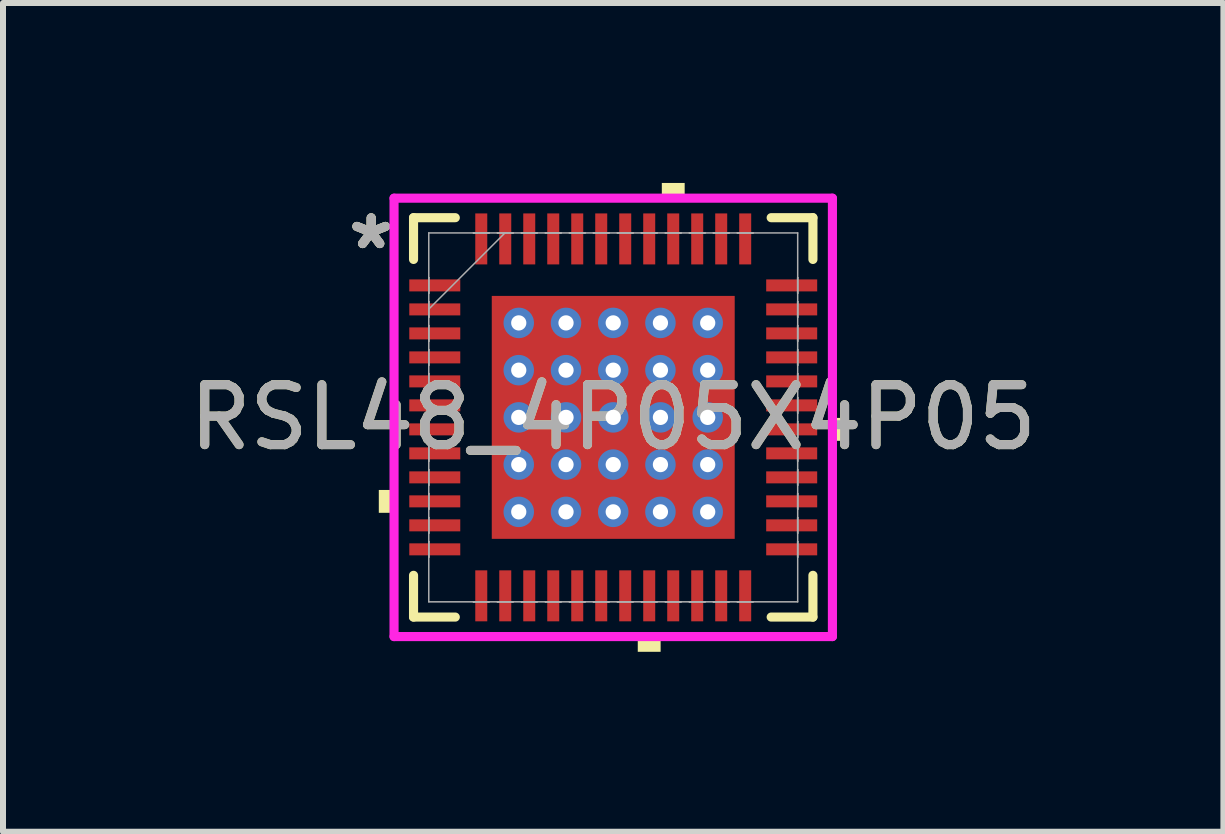
<source format=kicad_pcb>
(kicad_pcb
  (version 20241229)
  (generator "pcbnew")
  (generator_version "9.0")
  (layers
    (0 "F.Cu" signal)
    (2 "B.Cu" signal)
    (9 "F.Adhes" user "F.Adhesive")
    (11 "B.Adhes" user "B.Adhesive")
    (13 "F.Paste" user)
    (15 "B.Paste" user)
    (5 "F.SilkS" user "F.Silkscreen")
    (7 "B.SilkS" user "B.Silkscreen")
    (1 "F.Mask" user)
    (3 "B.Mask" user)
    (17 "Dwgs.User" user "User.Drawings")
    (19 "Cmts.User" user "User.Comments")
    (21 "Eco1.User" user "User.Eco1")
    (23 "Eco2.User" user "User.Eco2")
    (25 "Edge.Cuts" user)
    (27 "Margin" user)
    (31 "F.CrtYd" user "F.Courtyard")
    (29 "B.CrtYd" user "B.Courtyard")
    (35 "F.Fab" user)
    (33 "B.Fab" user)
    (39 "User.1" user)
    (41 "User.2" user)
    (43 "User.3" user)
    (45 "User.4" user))
  (footprint "RSL48_4P05X4P05"
    (layer "F.Cu")
    (at 7.173 3.908)
    (property "Reference" "RSL48_4P05X4P05" (at 0 0 0) (unlocked yes) (layer "F.SilkS") (effects (font (size 1 1) (thickness 0.15))))
    (attr smd)
    (fp_poly (pts (xy -3.45 -2.35) (xy -3.45 -2.05) (xy -2.5 -2.05) (xy -2.5 -2.35)) (stroke (width 0) (type solid)) (fill yes) (layer "F.Mask"))
    (fp_poly (pts (xy -3.45 -1.95) (xy -3.45 -1.65) (xy -2.5 -1.65) (xy -2.5 -1.95)) (stroke (width 0) (type solid)) (fill yes) (layer "F.Mask"))
    (fp_poly (pts (xy -3.45 -1.55) (xy -3.45 -1.25) (xy -2.5 -1.25) (xy -2.5 -1.55)) (stroke (width 0) (type solid)) (fill yes) (layer "F.Mask"))
    (fp_poly (pts (xy -3.45 -1.15) (xy -3.45 -0.85) (xy -2.5 -0.85) (xy -2.5 -1.15)) (stroke (width 0) (type solid)) (fill yes) (layer "F.Mask"))
    (fp_poly (pts (xy -3.45 -0.75) (xy -3.45 -0.45) (xy -2.5 -0.45) (xy -2.5 -0.75)) (stroke (width 0) (type solid)) (fill yes) (layer "F.Mask"))
    (fp_poly (pts (xy -3.45 -0.35) (xy -3.45 -0.05) (xy -2.5 -0.05) (xy -2.5 -0.35)) (stroke (width 0) (type solid)) (fill yes) (layer "F.Mask"))
    (fp_poly (pts (xy -3.45 0.05) (xy -3.45 0.35) (xy -2.5 0.35) (xy -2.5 0.05)) (stroke (width 0) (type solid)) (fill yes) (layer "F.Mask"))
    (fp_poly (pts (xy -3.45 0.45) (xy -3.45 0.75) (xy -2.5 0.75) (xy -2.5 0.45)) (stroke (width 0) (type solid)) (fill yes) (layer "F.Mask"))
    (fp_poly (pts (xy -3.45 0.85) (xy -3.45 1.15) (xy -2.5 1.15) (xy -2.5 0.85)) (stroke (width 0) (type solid)) (fill yes) (layer "F.Mask"))
    (fp_poly (pts (xy -3.45 1.25) (xy -3.45 1.55) (xy -2.5 1.55) (xy -2.5 1.25)) (stroke (width 0) (type solid)) (fill yes) (layer "F.Mask"))
    (fp_poly (pts (xy -3.45 1.65) (xy -3.45 1.95) (xy -2.5 1.95) (xy -2.5 1.65)) (stroke (width 0) (type solid)) (fill yes) (layer "F.Mask"))
    (fp_poly (pts (xy -3.45 2.05) (xy -3.45 2.35) (xy -2.5 2.35) (xy -2.5 2.05)) (stroke (width 0) (type solid)) (fill yes) (layer "F.Mask"))
    (fp_poly (pts (xy -2.35 -3.45) (xy -2.35 -2.5) (xy -2.05 -2.5) (xy -2.05 -3.45)) (stroke (width 0) (type solid)) (fill yes) (layer "F.Mask"))
    (fp_poly (pts (xy -2.35 2.5) (xy -2.35 3.45) (xy -2.05 3.45) (xy -2.05 2.5)) (stroke (width 0) (type solid)) (fill yes) (layer "F.Mask"))
    (fp_poly (pts (xy -2.088 -2.088) (xy -1.775 -2.088) (xy -1.775 2.088) (xy -2.088 2.088)) (stroke (width 0) (type solid)) (fill yes) (layer "F.Mask"))
    (fp_poly (pts (xy -2.088 -2.088) (xy 2.088 -2.088) (xy 2.088 -1.775) (xy -2.088 -1.775)) (stroke (width 0) (type solid)) (fill yes) (layer "F.Mask"))
    (fp_poly (pts (xy -2.088 -1.375) (xy 2.088 -1.375) (xy 2.088 -0.987) (xy -2.088 -0.987)) (stroke (width 0) (type solid)) (fill yes) (layer "F.Mask"))
    (fp_poly (pts (xy -2.088 -0.587) (xy 2.088 -0.587) (xy 2.088 -0.2) (xy -2.088 -0.2)) (stroke (width 0) (type solid)) (fill yes) (layer "F.Mask"))
    (fp_poly (pts (xy -2.088 0.2) (xy 2.088 0.2) (xy 2.088 0.587) (xy -2.088 0.587)) (stroke (width 0) (type solid)) (fill yes) (layer "F.Mask"))
    (fp_poly (pts (xy -2.088 0.987) (xy 2.088 0.987) (xy 2.088 1.375) (xy -2.088 1.375)) (stroke (width 0) (type solid)) (fill yes) (layer "F.Mask"))
    (fp_poly (pts (xy -2.088 1.775) (xy 2.088 1.775) (xy 2.088 2.088) (xy -2.088 2.088)) (stroke (width 0) (type solid)) (fill yes) (layer "F.Mask"))
    (fp_poly (pts (xy -1.95 -3.45) (xy -1.95 -2.5) (xy -1.65 -2.5) (xy -1.65 -3.45)) (stroke (width 0) (type solid)) (fill yes) (layer "F.Mask"))
    (fp_poly (pts (xy -1.95 2.5) (xy -1.95 3.45) (xy -1.65 3.45) (xy -1.65 2.5)) (stroke (width 0) (type solid)) (fill yes) (layer "F.Mask"))
    (fp_poly (pts (xy -1.55 -3.45) (xy -1.55 -2.5) (xy -1.25 -2.5) (xy -1.25 -3.45)) (stroke (width 0) (type solid)) (fill yes) (layer "F.Mask"))
    (fp_poly (pts (xy -1.55 2.5) (xy -1.55 3.45) (xy -1.25 3.45) (xy -1.25 2.5)) (stroke (width 0) (type solid)) (fill yes) (layer "F.Mask"))
    (fp_poly (pts (xy -1.15 -3.45) (xy -1.15 -2.5) (xy -0.85 -2.5) (xy -0.85 -3.45)) (stroke (width 0) (type solid)) (fill yes) (layer "F.Mask"))
    (fp_poly (pts (xy -1.15 2.5) (xy -1.15 3.45) (xy -0.85 3.45) (xy -0.85 2.5)) (stroke (width 0) (type solid)) (fill yes) (layer "F.Mask"))
    (fp_poly (pts (xy -0.987 -2.088) (xy -1.375 -2.088) (xy -1.375 2.088) (xy -0.987 2.088)) (stroke (width 0) (type solid)) (fill yes) (layer "F.Mask"))
    (fp_poly (pts (xy -0.75 2.5) (xy -0.75 3.45) (xy -0.45 3.45) (xy -0.45 2.5)) (stroke (width 0) (type solid)) (fill yes) (layer "F.Mask"))
    (fp_poly (pts (xy -0.75 -3.45) (xy -0.75 -2.5) (xy -0.45 -2.5) (xy -0.45 -3.45)) (stroke (width 0) (type solid)) (fill yes) (layer "F.Mask"))
    (fp_poly (pts (xy -0.35 -3.45) (xy -0.35 -2.5) (xy -0.05 -2.5) (xy -0.05 -3.45)) (stroke (width 0) (type solid)) (fill yes) (layer "F.Mask"))
    (fp_poly (pts (xy -0.35 2.5) (xy -0.35 3.45) (xy -0.05 3.45) (xy -0.05 2.5)) (stroke (width 0) (type solid)) (fill yes) (layer "F.Mask"))
    (fp_poly (pts (xy -0.2 -2.088) (xy -0.587 -2.088) (xy -0.587 2.088) (xy -0.2 2.088)) (stroke (width 0) (type solid)) (fill yes) (layer "F.Mask"))
    (fp_poly (pts (xy 0.05 -3.45) (xy 0.05 -2.5) (xy 0.35 -2.5) (xy 0.35 -3.45)) (stroke (width 0) (type solid)) (fill yes) (layer "F.Mask"))
    (fp_poly (pts (xy 0.05 2.5) (xy 0.05 3.45) (xy 0.35 3.45) (xy 0.35 2.5)) (stroke (width 0) (type solid)) (fill yes) (layer "F.Mask"))
    (fp_poly (pts (xy 0.45 -3.45) (xy 0.45 -2.5) (xy 0.75 -2.5) (xy 0.75 -3.45)) (stroke (width 0) (type solid)) (fill yes) (layer "F.Mask"))
    (fp_poly (pts (xy 0.45 2.5) (xy 0.45 3.45) (xy 0.75 3.45) (xy 0.75 2.5)) (stroke (width 0) (type solid)) (fill yes) (layer "F.Mask"))
    (fp_poly (pts (xy 0.587 -2.088) (xy 0.2 -2.088) (xy 0.2 2.088) (xy 0.587 2.088)) (stroke (width 0) (type solid)) (fill yes) (layer "F.Mask"))
    (fp_poly (pts (xy 0.85 -3.45) (xy 0.85 -2.5) (xy 1.15 -2.5) (xy 1.15 -3.45)) (stroke (width 0) (type solid)) (fill yes) (layer "F.Mask"))
    (fp_poly (pts (xy 0.85 2.5) (xy 0.85 3.45) (xy 1.15 3.45) (xy 1.15 2.5)) (stroke (width 0) (type solid)) (fill yes) (layer "F.Mask"))
    (fp_poly (pts (xy 1.25 -3.45) (xy 1.25 -2.5) (xy 1.55 -2.5) (xy 1.55 -3.45)) (stroke (width 0) (type solid)) (fill yes) (layer "F.Mask"))
    (fp_poly (pts (xy 1.25 2.5) (xy 1.25 3.45) (xy 1.55 3.45) (xy 1.55 2.5)) (stroke (width 0) (type solid)) (fill yes) (layer "F.Mask"))
    (fp_poly (pts (xy 1.375 -2.088) (xy 0.987 -2.088) (xy 0.987 2.088) (xy 1.375 2.088)) (stroke (width 0) (type solid)) (fill yes) (layer "F.Mask"))
    (fp_poly (pts (xy 1.65 -3.45) (xy 1.65 -2.5) (xy 1.95 -2.5) (xy 1.95 -3.45)) (stroke (width 0) (type solid)) (fill yes) (layer "F.Mask"))
    (fp_poly (pts (xy 1.65 2.5) (xy 1.65 3.45) (xy 1.95 3.45) (xy 1.95 2.5)) (stroke (width 0) (type solid)) (fill yes) (layer "F.Mask"))
    (fp_poly (pts (xy 1.775 -2.088) (xy 2.088 -2.088) (xy 2.088 2.088) (xy 1.775 2.088)) (stroke (width 0) (type solid)) (fill yes) (layer "F.Mask"))
    (fp_poly (pts (xy 2.05 -3.45) (xy 2.05 -2.5) (xy 2.35 -2.5) (xy 2.35 -3.45)) (stroke (width 0) (type solid)) (fill yes) (layer "F.Mask"))
    (fp_poly (pts (xy 2.05 2.5) (xy 2.05 3.45) (xy 2.35 3.45) (xy 2.35 2.5)) (stroke (width 0) (type solid)) (fill yes) (layer "F.Mask"))
    (fp_poly (pts (xy 2.5 -2.35) (xy 2.5 -2.05) (xy 3.45 -2.05) (xy 3.45 -2.35)) (stroke (width 0) (type solid)) (fill yes) (layer "F.Mask"))
    (fp_poly (pts (xy 2.5 -1.95) (xy 2.5 -1.65) (xy 3.45 -1.65) (xy 3.45 -1.95)) (stroke (width 0) (type solid)) (fill yes) (layer "F.Mask"))
    (fp_poly (pts (xy 2.5 -1.55) (xy 2.5 -1.25) (xy 3.45 -1.25) (xy 3.45 -1.55)) (stroke (width 0) (type solid)) (fill yes) (layer "F.Mask"))
    (fp_poly (pts (xy 2.5 -1.15) (xy 2.5 -0.85) (xy 3.45 -0.85) (xy 3.45 -1.15)) (stroke (width 0) (type solid)) (fill yes) (layer "F.Mask"))
    (fp_poly (pts (xy 2.5 -0.75) (xy 2.5 -0.45) (xy 3.45 -0.45) (xy 3.45 -0.75)) (stroke (width 0) (type solid)) (fill yes) (layer "F.Mask"))
    (fp_poly (pts (xy 2.5 -0.35) (xy 2.5 -0.05) (xy 3.45 -0.05) (xy 3.45 -0.35)) (stroke (width 0) (type solid)) (fill yes) (layer "F.Mask"))
    (fp_poly (pts (xy 2.5 0.05) (xy 2.5 0.35) (xy 3.45 0.35) (xy 3.45 0.05)) (stroke (width 0) (type solid)) (fill yes) (layer "F.Mask"))
    (fp_poly (pts (xy 2.5 0.45) (xy 2.5 0.75) (xy 3.45 0.75) (xy 3.45 0.45)) (stroke (width 0) (type solid)) (fill yes) (layer "F.Mask"))
    (fp_poly (pts (xy 2.5 0.85) (xy 2.5 1.15) (xy 3.45 1.15) (xy 3.45 0.85)) (stroke (width 0) (type solid)) (fill yes) (layer "F.Mask"))
    (fp_poly (pts (xy 2.5 1.25) (xy 2.5 1.55) (xy 3.45 1.55) (xy 3.45 1.25)) (stroke (width 0) (type solid)) (fill yes) (layer "F.Mask"))
    (fp_poly (pts (xy 2.5 1.65) (xy 2.5 1.95) (xy 3.45 1.95) (xy 3.45 1.65)) (stroke (width 0) (type solid)) (fill yes) (layer "F.Mask"))
    (fp_poly (pts (xy 2.5 2.05) (xy 2.5 2.35) (xy 3.45 2.35) (xy 3.45 2.05)) (stroke (width 0) (type solid)) (fill yes) (layer "F.Mask"))
    (fp_line (start -3.329 -3.329) (end -3.329 -2.633) (stroke (width 0.152) (type solid)) (layer "F.SilkS"))
    (fp_line (start -3.329 2.633) (end -3.329 3.329) (stroke (width 0.152) (type solid)) (layer "F.SilkS"))
    (fp_line (start -3.329 3.329) (end -2.633 3.329) (stroke (width 0.152) (type solid)) (layer "F.SilkS"))
    (fp_line (start -2.633 -3.329) (end -3.329 -3.329) (stroke (width 0.152) (type solid)) (layer "F.SilkS"))
    (fp_line (start 2.633 3.329) (end 3.329 3.329) (stroke (width 0.152) (type solid)) (layer "F.SilkS"))
    (fp_line (start 3.329 -3.329) (end 2.633 -3.329) (stroke (width 0.152) (type solid)) (layer "F.SilkS"))
    (fp_line (start 3.329 -2.633) (end 3.329 -3.329) (stroke (width 0.152) (type solid)) (layer "F.SilkS"))
    (fp_line (start 3.329 3.329) (end 3.329 2.633) (stroke (width 0.152) (type solid)) (layer "F.SilkS"))
    (fp_poly (pts (xy -3.908 1.21) (xy -3.908 1.591) (xy -3.654 1.591) (xy -3.654 1.21)) (stroke (width 0) (type solid)) (fill yes) (layer "F.SilkS"))
    (fp_poly (pts (xy 0.409 3.654) (xy 0.409 3.908) (xy 0.79 3.908) (xy 0.79 3.654)) (stroke (width 0) (type solid)) (fill yes) (layer "F.SilkS"))
    (fp_poly (pts (xy 0.81 -3.654) (xy 0.81 -3.908) (xy 1.191 -3.908) (xy 1.191 -3.654)) (stroke (width 0) (type solid)) (fill yes) (layer "F.SilkS"))
    (fp_poly (pts (xy 3.908 0.009) (xy 3.908 0.391) (xy 3.654 0.391) (xy 3.654 0.009)) (stroke (width 0) (type solid)) (fill yes) (layer "F.SilkS"))
    (fp_poly (pts (xy -3.375 -2.275) (xy -3.375 -2.125) (xy -2.575 -2.125) (xy -2.575 -2.275)) (stroke (width 0) (type solid)) (fill yes) (layer "F.Paste"))
    (fp_poly (pts (xy -3.375 -1.875) (xy -3.375 -1.725) (xy -2.575 -1.725) (xy -2.575 -1.875)) (stroke (width 0) (type solid)) (fill yes) (layer "F.Paste"))
    (fp_poly (pts (xy -3.375 -1.475) (xy -3.375 -1.325) (xy -2.575 -1.325) (xy -2.575 -1.475)) (stroke (width 0) (type solid)) (fill yes) (layer "F.Paste"))
    (fp_poly (pts (xy -3.375 -1.075) (xy -3.375 -0.925) (xy -2.575 -0.925) (xy -2.575 -1.075)) (stroke (width 0) (type solid)) (fill yes) (layer "F.Paste"))
    (fp_poly (pts (xy -3.375 -0.675) (xy -3.375 -0.525) (xy -2.575 -0.525) (xy -2.575 -0.675)) (stroke (width 0) (type solid)) (fill yes) (layer "F.Paste"))
    (fp_poly (pts (xy -3.375 -0.275) (xy -3.375 -0.125) (xy -2.575 -0.125) (xy -2.575 -0.275)) (stroke (width 0) (type solid)) (fill yes) (layer "F.Paste"))
    (fp_poly (pts (xy -3.375 0.125) (xy -3.375 0.275) (xy -2.575 0.275) (xy -2.575 0.125)) (stroke (width 0) (type solid)) (fill yes) (layer "F.Paste"))
    (fp_poly (pts (xy -3.375 0.525) (xy -3.375 0.675) (xy -2.575 0.675) (xy -2.575 0.525)) (stroke (width 0) (type solid)) (fill yes) (layer "F.Paste"))
    (fp_poly (pts (xy -3.375 0.925) (xy -3.375 1.075) (xy -2.575 1.075) (xy -2.575 0.925)) (stroke (width 0) (type solid)) (fill yes) (layer "F.Paste"))
    (fp_poly (pts (xy -3.375 1.325) (xy -3.375 1.475) (xy -2.575 1.475) (xy -2.575 1.325)) (stroke (width 0) (type solid)) (fill yes) (layer "F.Paste"))
    (fp_poly (pts (xy -3.375 1.725) (xy -3.375 1.875) (xy -2.575 1.875) (xy -2.575 1.725)) (stroke (width 0) (type solid)) (fill yes) (layer "F.Paste"))
    (fp_poly (pts (xy -3.375 2.125) (xy -3.375 2.275) (xy -2.575 2.275) (xy -2.575 2.125)) (stroke (width 0) (type solid)) (fill yes) (layer "F.Paste"))
    (fp_poly (pts (xy -2.275 -3.375) (xy -2.275 -2.575) (xy -2.125 -2.575) (xy -2.125 -3.375)) (stroke (width 0) (type solid)) (fill yes) (layer "F.Paste"))
    (fp_poly (pts (xy -2.275 2.575) (xy -2.275 3.375) (xy -2.125 3.375) (xy -2.125 2.575)) (stroke (width 0) (type solid)) (fill yes) (layer "F.Paste"))
    (fp_poly (pts (xy -1.875 -3.375) (xy -1.875 -2.575) (xy -1.725 -2.575) (xy -1.725 -3.375)) (stroke (width 0) (type solid)) (fill yes) (layer "F.Paste"))
    (fp_poly (pts (xy -1.875 2.575) (xy -1.875 3.375) (xy -1.725 3.375) (xy -1.725 2.575)) (stroke (width 0) (type solid)) (fill yes) (layer "F.Paste"))
    (fp_poly (pts (xy -1.475 -3.375) (xy -1.475 -2.575) (xy -1.325 -2.575) (xy -1.325 -3.375)) (stroke (width 0) (type solid)) (fill yes) (layer "F.Paste"))
    (fp_poly (pts (xy -1.475 2.575) (xy -1.475 3.375) (xy -1.325 3.375) (xy -1.325 2.575)) (stroke (width 0) (type solid)) (fill yes) (layer "F.Paste"))
    (fp_poly (pts (xy -1.075 -3.375) (xy -1.075 -2.575) (xy -0.925 -2.575) (xy -0.925 -3.375)) (stroke (width 0) (type solid)) (fill yes) (layer "F.Paste"))
    (fp_poly (pts (xy -1.075 2.575) (xy -1.075 3.375) (xy -0.925 3.375) (xy -0.925 2.575)) (stroke (width 0) (type solid)) (fill yes) (layer "F.Paste"))
    (fp_poly (pts (xy -0.675 -3.375) (xy -0.675 -2.575) (xy -0.525 -2.575) (xy -0.525 -3.375)) (stroke (width 0) (type solid)) (fill yes) (layer "F.Paste"))
    (fp_poly (pts (xy -0.675 2.575) (xy -0.675 3.375) (xy -0.525 3.375) (xy -0.525 2.575)) (stroke (width 0) (type solid)) (fill yes) (layer "F.Paste"))
    (fp_poly (pts (xy -0.275 -3.375) (xy -0.275 -2.575) (xy -0.125 -2.575) (xy -0.125 -3.375)) (stroke (width 0) (type solid)) (fill yes) (layer "F.Paste"))
    (fp_poly (pts (xy -0.275 2.575) (xy -0.275 3.375) (xy -0.125 3.375) (xy -0.125 2.575)) (stroke (width 0) (type solid)) (fill yes) (layer "F.Paste"))
    (fp_poly (pts (xy 0.125 -3.375) (xy 0.125 -2.575) (xy 0.275 -2.575) (xy 0.275 -3.375)) (stroke (width 0) (type solid)) (fill yes) (layer "F.Paste"))
    (fp_poly (pts (xy 0.125 2.575) (xy 0.125 3.375) (xy 0.275 3.375) (xy 0.275 2.575)) (stroke (width 0) (type solid)) (fill yes) (layer "F.Paste"))
    (fp_poly (pts (xy 0.525 -3.375) (xy 0.525 -2.575) (xy 0.675 -2.575) (xy 0.675 -3.375)) (stroke (width 0) (type solid)) (fill yes) (layer "F.Paste"))
    (fp_poly (pts (xy 0.525 2.575) (xy 0.525 3.375) (xy 0.675 3.375) (xy 0.675 2.575)) (stroke (width 0) (type solid)) (fill yes) (layer "F.Paste"))
    (fp_poly (pts (xy 0.925 -3.375) (xy 0.925 -2.575) (xy 1.075 -2.575) (xy 1.075 -3.375)) (stroke (width 0) (type solid)) (fill yes) (layer "F.Paste"))
    (fp_poly (pts (xy 0.925 2.575) (xy 0.925 3.375) (xy 1.075 3.375) (xy 1.075 2.575)) (stroke (width 0) (type solid)) (fill yes) (layer "F.Paste"))
    (fp_poly (pts (xy 1.325 2.575) (xy 1.325 3.375) (xy 1.475 3.375) (xy 1.475 2.575)) (stroke (width 0) (type solid)) (fill yes) (layer "F.Paste"))
    (fp_poly (pts (xy 1.325 -3.375) (xy 1.325 -2.575) (xy 1.475 -2.575) (xy 1.475 -3.375)) (stroke (width 0) (type solid)) (fill yes) (layer "F.Paste"))
    (fp_poly (pts (xy 1.725 -3.375) (xy 1.725 -2.575) (xy 1.875 -2.575) (xy 1.875 -3.375)) (stroke (width 0) (type solid)) (fill yes) (layer "F.Paste"))
    (fp_poly (pts (xy 1.725 2.575) (xy 1.725 3.375) (xy 1.875 3.375) (xy 1.875 2.575)) (stroke (width 0) (type solid)) (fill yes) (layer "F.Paste"))
    (fp_poly (pts (xy 2.125 -3.375) (xy 2.125 -2.575) (xy 2.275 -2.575) (xy 2.275 -3.375)) (stroke (width 0) (type solid)) (fill yes) (layer "F.Paste"))
    (fp_poly (pts (xy 2.125 2.575) (xy 2.125 3.375) (xy 2.275 3.375) (xy 2.275 2.575)) (stroke (width 0) (type solid)) (fill yes) (layer "F.Paste"))
    (fp_poly (pts (xy 2.575 -2.275) (xy 2.575 -2.125) (xy 3.375 -2.125) (xy 3.375 -2.275)) (stroke (width 0) (type solid)) (fill yes) (layer "F.Paste"))
    (fp_poly (pts (xy 2.575 -1.875) (xy 2.575 -1.725) (xy 3.375 -1.725) (xy 3.375 -1.875)) (stroke (width 0) (type solid)) (fill yes) (layer "F.Paste"))
    (fp_poly (pts (xy 2.575 -1.475) (xy 2.575 -1.325) (xy 3.375 -1.325) (xy 3.375 -1.475)) (stroke (width 0) (type solid)) (fill yes) (layer "F.Paste"))
    (fp_poly (pts (xy 2.575 -1.075) (xy 2.575 -0.925) (xy 3.375 -0.925) (xy 3.375 -1.075)) (stroke (width 0) (type solid)) (fill yes) (layer "F.Paste"))
    (fp_poly (pts (xy 2.575 -0.675) (xy 2.575 -0.525) (xy 3.375 -0.525) (xy 3.375 -0.675)) (stroke (width 0) (type solid)) (fill yes) (layer "F.Paste"))
    (fp_poly (pts (xy 2.575 -0.275) (xy 2.575 -0.125) (xy 3.375 -0.125) (xy 3.375 -0.275)) (stroke (width 0) (type solid)) (fill yes) (layer "F.Paste"))
    (fp_poly (pts (xy 2.575 0.125) (xy 2.575 0.275) (xy 3.375 0.275) (xy 3.375 0.125)) (stroke (width 0) (type solid)) (fill yes) (layer "F.Paste"))
    (fp_poly (pts (xy 2.575 0.525) (xy 2.575 0.675) (xy 3.375 0.675) (xy 3.375 0.525)) (stroke (width 0) (type solid)) (fill yes) (layer "F.Paste"))
    (fp_poly (pts (xy 2.575 0.925) (xy 2.575 1.075) (xy 3.375 1.075) (xy 3.375 0.925)) (stroke (width 0) (type solid)) (fill yes) (layer "F.Paste"))
    (fp_poly (pts (xy 2.575 1.325) (xy 2.575 1.475) (xy 3.375 1.475) (xy 3.375 1.325)) (stroke (width 0) (type solid)) (fill yes) (layer "F.Paste"))
    (fp_poly (pts (xy 2.575 1.725) (xy 2.575 1.875) (xy 3.375 1.875) (xy 3.375 1.725)) (stroke (width 0) (type solid)) (fill yes) (layer "F.Paste"))
    (fp_poly (pts (xy 2.575 2.125) (xy 2.575 2.275) (xy 3.375 2.275) (xy 3.375 2.125)) (stroke (width 0) (type solid)) (fill yes) (layer "F.Paste"))
    (fp_poly (pts (xy -1.95 -1.95) (xy -1.95 -1.675) (xy -1.816 -1.675) (xy -1.675 -1.816) (xy -1.675 -1.95)) (stroke (width 0) (type solid)) (fill yes) (layer "F.Paste"))
    (fp_poly (pts (xy -1.95 1.675) (xy -1.95 1.95) (xy -1.675 1.95) (xy -1.675 1.816) (xy -1.816 1.675)) (stroke (width 0) (type solid)) (fill yes) (layer "F.Paste"))
    (fp_poly (pts (xy 1.675 -1.95) (xy 1.675 -1.816) (xy 1.816 -1.675) (xy 1.95 -1.675) (xy 1.95 -1.95)) (stroke (width 0) (type solid)) (fill yes) (layer "F.Paste"))
    (fp_poly (pts (xy 1.816 1.675) (xy 1.675 1.816) (xy 1.675 1.95) (xy 1.95 1.95) (xy 1.95 1.675)) (stroke (width 0) (type solid)) (fill yes) (layer "F.Paste"))
    (fp_poly (pts (xy -1.95 -1.475) (xy -1.95 -0.887) (xy -1.816 -0.887) (xy -1.675 -1.029) (xy -1.675 -1.333) (xy -1.816 -1.475)) (stroke (width 0) (type solid)) (fill yes) (layer "F.Paste"))
    (fp_poly (pts (xy -1.95 -0.687) (xy -1.95 -0.1) (xy -1.816 -0.1) (xy -1.675 -0.241) (xy -1.675 -0.546) (xy -1.816 -0.687)) (stroke (width 0) (type solid)) (fill yes) (layer "F.Paste"))
    (fp_poly (pts (xy -1.95 0.1) (xy -1.95 0.687) (xy -1.816 0.687) (xy -1.675 0.546) (xy -1.675 0.241) (xy -1.816 0.1)) (stroke (width 0) (type solid)) (fill yes) (layer "F.Paste"))
    (fp_poly (pts (xy -1.95 0.887) (xy -1.95 1.475) (xy -1.816 1.475) (xy -1.675 1.333) (xy -1.675 1.029) (xy -1.816 0.887)) (stroke (width 0) (type solid)) (fill yes) (layer "F.Paste"))
    (fp_poly (pts (xy -1.475 -1.95) (xy -1.475 -1.816) (xy -1.333 -1.675) (xy -1.029 -1.675) (xy -0.887 -1.816) (xy -0.887 -1.95)) (stroke (width 0) (type solid)) (fill yes) (layer "F.Paste"))
    (fp_poly (pts (xy -1.333 1.675) (xy -1.475 1.816) (xy -1.475 1.95) (xy -0.887 1.95) (xy -0.887 1.816) (xy -1.029 1.675)) (stroke (width 0) (type solid)) (fill yes) (layer "F.Paste"))
    (fp_poly (pts (xy -0.687 -1.95) (xy -0.687 -1.816) (xy -0.546 -1.675) (xy -0.241 -1.675) (xy -0.1 -1.816) (xy -0.1 -1.95)) (stroke (width 0) (type solid)) (fill yes) (layer "F.Paste"))
    (fp_poly (pts (xy -0.546 1.675) (xy -0.687 1.816) (xy -0.687 1.95) (xy -0.1 1.95) (xy -0.1 1.816) (xy -0.241 1.675)) (stroke (width 0) (type solid)) (fill yes) (layer "F.Paste"))
    (fp_poly (pts (xy 0.1 -1.95) (xy 0.1 -1.816) (xy 0.241 -1.675) (xy 0.546 -1.675) (xy 0.687 -1.816) (xy 0.687 -1.95)) (stroke (width 0) (type solid)) (fill yes) (layer "F.Paste"))
    (fp_poly (pts (xy 0.241 1.675) (xy 0.1 1.816) (xy 0.1 1.95) (xy 0.687 1.95) (xy 0.687 1.816) (xy 0.546 1.675)) (stroke (width 0) (type solid)) (fill yes) (layer "F.Paste"))
    (fp_poly (pts (xy 0.887 -1.95) (xy 0.887 -1.816) (xy 1.029 -1.675) (xy 1.333 -1.675) (xy 1.475 -1.816) (xy 1.475 -1.95)) (stroke (width 0) (type solid)) (fill yes) (layer "F.Paste"))
    (fp_poly (pts (xy 1.029 1.675) (xy 0.887 1.816) (xy 0.887 1.95) (xy 1.475 1.95) (xy 1.475 1.816) (xy 1.333 1.675)) (stroke (width 0) (type solid)) (fill yes) (layer "F.Paste"))
    (fp_poly (pts (xy 1.816 -1.475) (xy 1.675 -1.333) (xy 1.675 -1.029) (xy 1.816 -0.887) (xy 1.95 -0.887) (xy 1.95 -1.475)) (stroke (width 0) (type solid)) (fill yes) (layer "F.Paste"))
    (fp_poly (pts (xy 1.816 -0.687) (xy 1.675 -0.546) (xy 1.675 -0.241) (xy 1.816 -0.1) (xy 1.95 -0.1) (xy 1.95 -0.687)) (stroke (width 0) (type solid)) (fill yes) (layer "F.Paste"))
    (fp_poly (pts (xy 1.816 0.1) (xy 1.675 0.241) (xy 1.675 0.546) (xy 1.816 0.687) (xy 1.95 0.687) (xy 1.95 0.1)) (stroke (width 0) (type solid)) (fill yes) (layer "F.Paste"))
    (fp_poly (pts (xy 1.816 0.887) (xy 1.675 1.029) (xy 1.675 1.333) (xy 1.816 1.475) (xy 1.95 1.475) (xy 1.95 0.887)) (stroke (width 0) (type solid)) (fill yes) (layer "F.Paste"))
    (fp_poly (pts (xy -1.333 -1.475) (xy -1.475 -1.333) (xy -1.475 -1.029) (xy -1.333 -0.887) (xy -1.029 -0.887) (xy -0.887 -1.029) (xy -0.887 -1.333) (xy -1.029 -1.475)) (stroke (width 0) (type solid)) (fill yes) (layer "F.Paste"))
    (fp_poly (pts (xy -1.333 -0.687) (xy -1.475 -0.546) (xy -1.475 -0.241) (xy -1.333 -0.1) (xy -1.029 -0.1) (xy -0.887 -0.241) (xy -0.887 -0.546) (xy -1.029 -0.687)) (stroke (width 0) (type solid)) (fill yes) (layer "F.Paste"))
    (fp_poly (pts (xy -1.333 0.1) (xy -1.475 0.241) (xy -1.475 0.546) (xy -1.333 0.687) (xy -1.029 0.687) (xy -0.887 0.546) (xy -0.887 0.241) (xy -1.029 0.1)) (stroke (width 0) (type solid)) (fill yes) (layer "F.Paste"))
    (fp_poly (pts (xy -1.333 0.887) (xy -1.475 1.029) (xy -1.475 1.333) (xy -1.333 1.475) (xy -1.029 1.475) (xy -0.887 1.333) (xy -0.887 1.029) (xy -1.029 0.887)) (stroke (width 0) (type solid)) (fill yes) (layer "F.Paste"))
    (fp_poly (pts (xy -0.546 -1.475) (xy -0.687 -1.333) (xy -0.687 -1.029) (xy -0.546 -0.887) (xy -0.241 -0.887) (xy -0.1 -1.029) (xy -0.1 -1.333) (xy -0.241 -1.475)) (stroke (width 0) (type solid)) (fill yes) (layer "F.Paste"))
    (fp_poly (pts (xy -0.546 -0.687) (xy -0.687 -0.546) (xy -0.687 -0.241) (xy -0.546 -0.1) (xy -0.241 -0.1) (xy -0.1 -0.241) (xy -0.1 -0.546) (xy -0.241 -0.687)) (stroke (width 0) (type solid)) (fill yes) (layer "F.Paste"))
    (fp_poly (pts (xy -0.546 0.1) (xy -0.687 0.241) (xy -0.687 0.546) (xy -0.546 0.687) (xy -0.241 0.687) (xy -0.1 0.546) (xy -0.1 0.241) (xy -0.241 0.1)) (stroke (width 0) (type solid)) (fill yes) (layer "F.Paste"))
    (fp_poly (pts (xy -0.546 0.887) (xy -0.687 1.029) (xy -0.687 1.333) (xy -0.546 1.475) (xy -0.241 1.475) (xy -0.1 1.333) (xy -0.1 1.029) (xy -0.241 0.887)) (stroke (width 0) (type solid)) (fill yes) (layer "F.Paste"))
    (fp_poly (pts (xy 0.241 -1.475) (xy 0.1 -1.333) (xy 0.1 -1.029) (xy 0.241 -0.887) (xy 0.546 -0.887) (xy 0.687 -1.029) (xy 0.687 -1.333) (xy 0.546 -1.475)) (stroke (width 0) (type solid)) (fill yes) (layer "F.Paste"))
    (fp_poly (pts (xy 0.241 -0.687) (xy 0.1 -0.546) (xy 0.1 -0.241) (xy 0.241 -0.1) (xy 0.546 -0.1) (xy 0.687 -0.241) (xy 0.687 -0.546) (xy 0.546 -0.687)) (stroke (width 0) (type solid)) (fill yes) (layer "F.Paste"))
    (fp_poly (pts (xy 0.241 0.1) (xy 0.1 0.241) (xy 0.1 0.546) (xy 0.241 0.687) (xy 0.546 0.687) (xy 0.687 0.546) (xy 0.687 0.241) (xy 0.546 0.1)) (stroke (width 0) (type solid)) (fill yes) (layer "F.Paste"))
    (fp_poly (pts (xy 0.241 0.887) (xy 0.1 1.029) (xy 0.1 1.333) (xy 0.241 1.475) (xy 0.546 1.475) (xy 0.687 1.333) (xy 0.687 1.029) (xy 0.546 0.887)) (stroke (width 0) (type solid)) (fill yes) (layer "F.Paste"))
    (fp_poly (pts (xy 1.029 -1.475) (xy 0.887 -1.333) (xy 0.887 -1.029) (xy 1.029 -0.887) (xy 1.333 -0.887) (xy 1.475 -1.029) (xy 1.475 -1.333) (xy 1.333 -1.475)) (stroke (width 0) (type solid)) (fill yes) (layer "F.Paste"))
    (fp_poly (pts (xy 1.029 -0.687) (xy 0.887 -0.546) (xy 0.887 -0.241) (xy 1.029 -0.1) (xy 1.333 -0.1) (xy 1.475 -0.241) (xy 1.475 -0.546) (xy 1.333 -0.687)) (stroke (width 0) (type solid)) (fill yes) (layer "F.Paste"))
    (fp_poly (pts (xy 1.029 0.1) (xy 0.887 0.241) (xy 0.887 0.546) (xy 1.029 0.687) (xy 1.333 0.687) (xy 1.475 0.546) (xy 1.475 0.241) (xy 1.333 0.1)) (stroke (width 0) (type solid)) (fill yes) (layer "F.Paste"))
    (fp_poly (pts (xy 1.029 0.887) (xy 0.887 1.029) (xy 0.887 1.333) (xy 1.029 1.475) (xy 1.333 1.475) (xy 1.475 1.333) (xy 1.475 1.029) (xy 1.333 0.887)) (stroke (width 0) (type solid)) (fill yes) (layer "F.Paste"))
    (fp_line (start -3.654 -3.654) (end 3.654 -3.654) (stroke (width 0.152) (type solid)) (layer "F.CrtYd"))
    (fp_line (start -3.654 3.654) (end -3.654 -3.654) (stroke (width 0.152) (type solid)) (layer "F.CrtYd"))
    (fp_line (start 3.654 -3.654) (end 3.654 3.654) (stroke (width 0.152) (type solid)) (layer "F.CrtYd"))
    (fp_line (start 3.654 3.654) (end -3.654 3.654) (stroke (width 0.152) (type solid)) (layer "F.CrtYd"))
    (fp_line (start -3.075 -3.075) (end -3.075 3.075) (stroke (width 0.025) (type solid)) (layer "F.Fab"))
    (fp_line (start -3.075 -2.33) (end -3.075 -2.33) (stroke (width 0.025) (type solid)) (layer "F.Fab"))
    (fp_line (start -3.075 -2.33) (end -3.075 -2.07) (stroke (width 0.025) (type solid)) (layer "F.Fab"))
    (fp_line (start -3.075 -2.07) (end -3.075 -2.33) (stroke (width 0.025) (type solid)) (layer "F.Fab"))
    (fp_line (start -3.075 -2.07) (end -3.075 -2.07) (stroke (width 0.025) (type solid)) (layer "F.Fab"))
    (fp_line (start -3.075 -1.93) (end -3.075 -1.93) (stroke (width 0.025) (type solid)) (layer "F.Fab"))
    (fp_line (start -3.075 -1.93) (end -3.075 -1.67) (stroke (width 0.025) (type solid)) (layer "F.Fab"))
    (fp_line (start -3.075 -1.805) (end -1.805 -3.075) (stroke (width 0.025) (type solid)) (layer "F.Fab"))
    (fp_line (start -3.075 -1.67) (end -3.075 -1.93) (stroke (width 0.025) (type solid)) (layer "F.Fab"))
    (fp_line (start -3.075 -1.67) (end -3.075 -1.67) (stroke (width 0.025) (type solid)) (layer "F.Fab"))
    (fp_line (start -3.075 -1.53) (end -3.075 -1.53) (stroke (width 0.025) (type solid)) (layer "F.Fab"))
    (fp_line (start -3.075 -1.53) (end -3.075 -1.27) (stroke (width 0.025) (type solid)) (layer "F.Fab"))
    (fp_line (start -3.075 -1.27) (end -3.075 -1.53) (stroke (width 0.025) (type solid)) (layer "F.Fab"))
    (fp_line (start -3.075 -1.27) (end -3.075 -1.27) (stroke (width 0.025) (type solid)) (layer "F.Fab"))
    (fp_line (start -3.075 -1.13) (end -3.075 -1.13) (stroke (width 0.025) (type solid)) (layer "F.Fab"))
    (fp_line (start -3.075 -1.13) (end -3.075 -0.87) (stroke (width 0.025) (type solid)) (layer "F.Fab"))
    (fp_line (start -3.075 -0.87) (end -3.075 -1.13) (stroke (width 0.025) (type solid)) (layer "F.Fab"))
    (fp_line (start -3.075 -0.87) (end -3.075 -0.87) (stroke (width 0.025) (type solid)) (layer "F.Fab"))
    (fp_line (start -3.075 -0.73) (end -3.075 -0.73) (stroke (width 0.025) (type solid)) (layer "F.Fab"))
    (fp_line (start -3.075 -0.73) (end -3.075 -0.47) (stroke (width 0.025) (type solid)) (layer "F.Fab"))
    (fp_line (start -3.075 -0.47) (end -3.075 -0.73) (stroke (width 0.025) (type solid)) (layer "F.Fab"))
    (fp_line (start -3.075 -0.47) (end -3.075 -0.47) (stroke (width 0.025) (type solid)) (layer "F.Fab"))
    (fp_line (start -3.075 -0.33) (end -3.075 -0.33) (stroke (width 0.025) (type solid)) (layer "F.Fab"))
    (fp_line (start -3.075 -0.33) (end -3.075 -0.07) (stroke (width 0.025) (type solid)) (layer "F.Fab"))
    (fp_line (start -3.075 -0.07) (end -3.075 -0.33) (stroke (width 0.025) (type solid)) (layer "F.Fab"))
    (fp_line (start -3.075 -0.07) (end -3.075 -0.07) (stroke (width 0.025) (type solid)) (layer "F.Fab"))
    (fp_line (start -3.075 0.07) (end -3.075 0.07) (stroke (width 0.025) (type solid)) (layer "F.Fab"))
    (fp_line (start -3.075 0.07) (end -3.075 0.33) (stroke (width 0.025) (type solid)) (layer "F.Fab"))
    (fp_line (start -3.075 0.33) (end -3.075 0.07) (stroke (width 0.025) (type solid)) (layer "F.Fab"))
    (fp_line (start -3.075 0.33) (end -3.075 0.33) (stroke (width 0.025) (type solid)) (layer "F.Fab"))
    (fp_line (start -3.075 0.47) (end -3.075 0.47) (stroke (width 0.025) (type solid)) (layer "F.Fab"))
    (fp_line (start -3.075 0.47) (end -3.075 0.73) (stroke (width 0.025) (type solid)) (layer "F.Fab"))
    (fp_line (start -3.075 0.73) (end -3.075 0.47) (stroke (width 0.025) (type solid)) (layer "F.Fab"))
    (fp_line (start -3.075 0.73) (end -3.075 0.73) (stroke (width 0.025) (type solid)) (layer "F.Fab"))
    (fp_line (start -3.075 0.87) (end -3.075 0.87) (stroke (width 0.025) (type solid)) (layer "F.Fab"))
    (fp_line (start -3.075 0.87) (end -3.075 1.13) (stroke (width 0.025) (type solid)) (layer "F.Fab"))
    (fp_line (start -3.075 1.13) (end -3.075 0.87) (stroke (width 0.025) (type solid)) (layer "F.Fab"))
    (fp_line (start -3.075 1.13) (end -3.075 1.13) (stroke (width 0.025) (type solid)) (layer "F.Fab"))
    (fp_line (start -3.075 1.27) (end -3.075 1.27) (stroke (width 0.025) (type solid)) (layer "F.Fab"))
    (fp_line (start -3.075 1.27) (end -3.075 1.53) (stroke (width 0.025) (type solid)) (layer "F.Fab"))
    (fp_line (start -3.075 1.53) (end -3.075 1.27) (stroke (width 0.025) (type solid)) (layer "F.Fab"))
    (fp_line (start -3.075 1.53) (end -3.075 1.53) (stroke (width 0.025) (type solid)) (layer "F.Fab"))
    (fp_line (start -3.075 1.67) (end -3.075 1.67) (stroke (width 0.025) (type solid)) (layer "F.Fab"))
    (fp_line (start -3.075 1.67) (end -3.075 1.93) (stroke (width 0.025) (type solid)) (layer "F.Fab"))
    (fp_line (start -3.075 1.93) (end -3.075 1.67) (stroke (width 0.025) (type solid)) (layer "F.Fab"))
    (fp_line (start -3.075 1.93) (end -3.075 1.93) (stroke (width 0.025) (type solid)) (layer "F.Fab"))
    (fp_line (start -3.075 2.07) (end -3.075 2.07) (stroke (width 0.025) (type solid)) (layer "F.Fab"))
    (fp_line (start -3.075 2.07) (end -3.075 2.33) (stroke (width 0.025) (type solid)) (layer "F.Fab"))
    (fp_line (start -3.075 2.33) (end -3.075 2.07) (stroke (width 0.025) (type solid)) (layer "F.Fab"))
    (fp_line (start -3.075 2.33) (end -3.075 2.33) (stroke (width 0.025) (type solid)) (layer "F.Fab"))
    (fp_line (start -3.075 3.075) (end 3.075 3.075) (stroke (width 0.025) (type solid)) (layer "F.Fab"))
    (fp_line (start -2.33 -3.075) (end -2.33 -3.075) (stroke (width 0.025) (type solid)) (layer "F.Fab"))
    (fp_line (start -2.33 -3.075) (end -2.07 -3.075) (stroke (width 0.025) (type solid)) (layer "F.Fab"))
    (fp_line (start -2.33 3.075) (end -2.33 3.075) (stroke (width 0.025) (type solid)) (layer "F.Fab"))
    (fp_line (start -2.33 3.075) (end -2.07 3.075) (stroke (width 0.025) (type solid)) (layer "F.Fab"))
    (fp_line (start -2.07 -3.075) (end -2.33 -3.075) (stroke (width 0.025) (type solid)) (layer "F.Fab"))
    (fp_line (start -2.07 -3.075) (end -2.07 -3.075) (stroke (width 0.025) (type solid)) (layer "F.Fab"))
    (fp_line (start -2.07 3.075) (end -2.33 3.075) (stroke (width 0.025) (type solid)) (layer "F.Fab"))
    (fp_line (start -2.07 3.075) (end -2.07 3.075) (stroke (width 0.025) (type solid)) (layer "F.Fab"))
    (fp_line (start -1.93 -3.075) (end -1.93 -3.075) (stroke (width 0.025) (type solid)) (layer "F.Fab"))
    (fp_line (start -1.93 -3.075) (end -1.67 -3.075) (stroke (width 0.025) (type solid)) (layer "F.Fab"))
    (fp_line (start -1.93 3.075) (end -1.93 3.075) (stroke (width 0.025) (type solid)) (layer "F.Fab"))
    (fp_line (start -1.93 3.075) (end -1.67 3.075) (stroke (width 0.025) (type solid)) (layer "F.Fab"))
    (fp_line (start -1.67 -3.075) (end -1.93 -3.075) (stroke (width 0.025) (type solid)) (layer "F.Fab"))
    (fp_line (start -1.67 -3.075) (end -1.67 -3.075) (stroke (width 0.025) (type solid)) (layer "F.Fab"))
    (fp_line (start -1.67 3.075) (end -1.93 3.075) (stroke (width 0.025) (type solid)) (layer "F.Fab"))
    (fp_line (start -1.67 3.075) (end -1.67 3.075) (stroke (width 0.025) (type solid)) (layer "F.Fab"))
    (fp_line (start -1.53 -3.075) (end -1.53 -3.075) (stroke (width 0.025) (type solid)) (layer "F.Fab"))
    (fp_line (start -1.53 -3.075) (end -1.27 -3.075) (stroke (width 0.025) (type solid)) (layer "F.Fab"))
    (fp_line (start -1.53 3.075) (end -1.53 3.075) (stroke (width 0.025) (type solid)) (layer "F.Fab"))
    (fp_line (start -1.53 3.075) (end -1.27 3.075) (stroke (width 0.025) (type solid)) (layer "F.Fab"))
    (fp_line (start -1.27 -3.075) (end -1.53 -3.075) (stroke (width 0.025) (type solid)) (layer "F.Fab"))
    (fp_line (start -1.27 -3.075) (end -1.27 -3.075) (stroke (width 0.025) (type solid)) (layer "F.Fab"))
    (fp_line (start -1.27 3.075) (end -1.53 3.075) (stroke (width 0.025) (type solid)) (layer "F.Fab"))
    (fp_line (start -1.27 3.075) (end -1.27 3.075) (stroke (width 0.025) (type solid)) (layer "F.Fab"))
    (fp_line (start -1.13 -3.075) (end -1.13 -3.075) (stroke (width 0.025) (type solid)) (layer "F.Fab"))
    (fp_line (start -1.13 -3.075) (end -0.87 -3.075) (stroke (width 0.025) (type solid)) (layer "F.Fab"))
    (fp_line (start -1.13 3.075) (end -1.13 3.075) (stroke (width 0.025) (type solid)) (layer "F.Fab"))
    (fp_line (start -1.13 3.075) (end -0.87 3.075) (stroke (width 0.025) (type solid)) (layer "F.Fab"))
    (fp_line (start -0.87 -3.075) (end -1.13 -3.075) (stroke (width 0.025) (type solid)) (layer "F.Fab"))
    (fp_line (start -0.87 -3.075) (end -0.87 -3.075) (stroke (width 0.025) (type solid)) (layer "F.Fab"))
    (fp_line (start -0.87 3.075) (end -1.13 3.075) (stroke (width 0.025) (type solid)) (layer "F.Fab"))
    (fp_line (start -0.87 3.075) (end -0.87 3.075) (stroke (width 0.025) (type solid)) (layer "F.Fab"))
    (fp_line (start -0.73 -3.075) (end -0.73 -3.075) (stroke (width 0.025) (type solid)) (layer "F.Fab"))
    (fp_line (start -0.73 -3.075) (end -0.47 -3.075) (stroke (width 0.025) (type solid)) (layer "F.Fab"))
    (fp_line (start -0.73 3.075) (end -0.73 3.075) (stroke (width 0.025) (type solid)) (layer "F.Fab"))
    (fp_line (start -0.73 3.075) (end -0.47 3.075) (stroke (width 0.025) (type solid)) (layer "F.Fab"))
    (fp_line (start -0.47 -3.075) (end -0.73 -3.075) (stroke (width 0.025) (type solid)) (layer "F.Fab"))
    (fp_line (start -0.47 -3.075) (end -0.47 -3.075) (stroke (width 0.025) (type solid)) (layer "F.Fab"))
    (fp_line (start -0.47 3.075) (end -0.73 3.075) (stroke (width 0.025) (type solid)) (layer "F.Fab"))
    (fp_line (start -0.47 3.075) (end -0.47 3.075) (stroke (width 0.025) (type solid)) (layer "F.Fab"))
    (fp_line (start -0.33 -3.075) (end -0.33 -3.075) (stroke (width 0.025) (type solid)) (layer "F.Fab"))
    (fp_line (start -0.33 -3.075) (end -0.07 -3.075) (stroke (width 0.025) (type solid)) (layer "F.Fab"))
    (fp_line (start -0.33 3.075) (end -0.33 3.075) (stroke (width 0.025) (type solid)) (layer "F.Fab"))
    (fp_line (start -0.33 3.075) (end -0.07 3.075) (stroke (width 0.025) (type solid)) (layer "F.Fab"))
    (fp_line (start -0.07 -3.075) (end -0.33 -3.075) (stroke (width 0.025) (type solid)) (layer "F.Fab"))
    (fp_line (start -0.07 -3.075) (end -0.07 -3.075) (stroke (width 0.025) (type solid)) (layer "F.Fab"))
    (fp_line (start -0.07 3.075) (end -0.33 3.075) (stroke (width 0.025) (type solid)) (layer "F.Fab"))
    (fp_line (start -0.07 3.075) (end -0.07 3.075) (stroke (width 0.025) (type solid)) (layer "F.Fab"))
    (fp_line (start 0.07 -3.075) (end 0.07 -3.075) (stroke (width 0.025) (type solid)) (layer "F.Fab"))
    (fp_line (start 0.07 -3.075) (end 0.33 -3.075) (stroke (width 0.025) (type solid)) (layer "F.Fab"))
    (fp_line (start 0.07 3.075) (end 0.07 3.075) (stroke (width 0.025) (type solid)) (layer "F.Fab"))
    (fp_line (start 0.07 3.075) (end 0.33 3.075) (stroke (width 0.025) (type solid)) (layer "F.Fab"))
    (fp_line (start 0.33 -3.075) (end 0.07 -3.075) (stroke (width 0.025) (type solid)) (layer "F.Fab"))
    (fp_line (start 0.33 -3.075) (end 0.33 -3.075) (stroke (width 0.025) (type solid)) (layer "F.Fab"))
    (fp_line (start 0.33 3.075) (end 0.07 3.075) (stroke (width 0.025) (type solid)) (layer "F.Fab"))
    (fp_line (start 0.33 3.075) (end 0.33 3.075) (stroke (width 0.025) (type solid)) (layer "F.Fab"))
    (fp_line (start 0.47 -3.075) (end 0.47 -3.075) (stroke (width 0.025) (type solid)) (layer "F.Fab"))
    (fp_line (start 0.47 -3.075) (end 0.73 -3.075) (stroke (width 0.025) (type solid)) (layer "F.Fab"))
    (fp_line (start 0.47 3.075) (end 0.47 3.075) (stroke (width 0.025) (type solid)) (layer "F.Fab"))
    (fp_line (start 0.47 3.075) (end 0.73 3.075) (stroke (width 0.025) (type solid)) (layer "F.Fab"))
    (fp_line (start 0.73 -3.075) (end 0.47 -3.075) (stroke (width 0.025) (type solid)) (layer "F.Fab"))
    (fp_line (start 0.73 -3.075) (end 0.73 -3.075) (stroke (width 0.025) (type solid)) (layer "F.Fab"))
    (fp_line (start 0.73 3.075) (end 0.47 3.075) (stroke (width 0.025) (type solid)) (layer "F.Fab"))
    (fp_line (start 0.73 3.075) (end 0.73 3.075) (stroke (width 0.025) (type solid)) (layer "F.Fab"))
    (fp_line (start 0.87 -3.075) (end 0.87 -3.075) (stroke (width 0.025) (type solid)) (layer "F.Fab"))
    (fp_line (start 0.87 -3.075) (end 1.13 -3.075) (stroke (width 0.025) (type solid)) (layer "F.Fab"))
    (fp_line (start 0.87 3.075) (end 0.87 3.075) (stroke (width 0.025) (type solid)) (layer "F.Fab"))
    (fp_line (start 0.87 3.075) (end 1.13 3.075) (stroke (width 0.025) (type solid)) (layer "F.Fab"))
    (fp_line (start 1.13 -3.075) (end 0.87 -3.075) (stroke (width 0.025) (type solid)) (layer "F.Fab"))
    (fp_line (start 1.13 -3.075) (end 1.13 -3.075) (stroke (width 0.025) (type solid)) (layer "F.Fab"))
    (fp_line (start 1.13 3.075) (end 0.87 3.075) (stroke (width 0.025) (type solid)) (layer "F.Fab"))
    (fp_line (start 1.13 3.075) (end 1.13 3.075) (stroke (width 0.025) (type solid)) (layer "F.Fab"))
    (fp_line (start 1.27 -3.075) (end 1.27 -3.075) (stroke (width 0.025) (type solid)) (layer "F.Fab"))
    (fp_line (start 1.27 -3.075) (end 1.53 -3.075) (stroke (width 0.025) (type solid)) (layer "F.Fab"))
    (fp_line (start 1.27 3.075) (end 1.27 3.075) (stroke (width 0.025) (type solid)) (layer "F.Fab"))
    (fp_line (start 1.27 3.075) (end 1.53 3.075) (stroke (width 0.025) (type solid)) (layer "F.Fab"))
    (fp_line (start 1.53 -3.075) (end 1.27 -3.075) (stroke (width 0.025) (type solid)) (layer "F.Fab"))
    (fp_line (start 1.53 -3.075) (end 1.53 -3.075) (stroke (width 0.025) (type solid)) (layer "F.Fab"))
    (fp_line (start 1.53 3.075) (end 1.27 3.075) (stroke (width 0.025) (type solid)) (layer "F.Fab"))
    (fp_line (start 1.53 3.075) (end 1.53 3.075) (stroke (width 0.025) (type solid)) (layer "F.Fab"))
    (fp_line (start 1.67 -3.075) (end 1.67 -3.075) (stroke (width 0.025) (type solid)) (layer "F.Fab"))
    (fp_line (start 1.67 -3.075) (end 1.93 -3.075) (stroke (width 0.025) (type solid)) (layer "F.Fab"))
    (fp_line (start 1.67 3.075) (end 1.67 3.075) (stroke (width 0.025) (type solid)) (layer "F.Fab"))
    (fp_line (start 1.67 3.075) (end 1.93 3.075) (stroke (width 0.025) (type solid)) (layer "F.Fab"))
    (fp_line (start 1.93 -3.075) (end 1.67 -3.075) (stroke (width 0.025) (type solid)) (layer "F.Fab"))
    (fp_line (start 1.93 -3.075) (end 1.93 -3.075) (stroke (width 0.025) (type solid)) (layer "F.Fab"))
    (fp_line (start 1.93 3.075) (end 1.67 3.075) (stroke (width 0.025) (type solid)) (layer "F.Fab"))
    (fp_line (start 1.93 3.075) (end 1.93 3.075) (stroke (width 0.025) (type solid)) (layer "F.Fab"))
    (fp_line (start 2.07 -3.075) (end 2.07 -3.075) (stroke (width 0.025) (type solid)) (layer "F.Fab"))
    (fp_line (start 2.07 -3.075) (end 2.33 -3.075) (stroke (width 0.025) (type solid)) (layer "F.Fab"))
    (fp_line (start 2.07 3.075) (end 2.07 3.075) (stroke (width 0.025) (type solid)) (layer "F.Fab"))
    (fp_line (start 2.07 3.075) (end 2.33 3.075) (stroke (width 0.025) (type solid)) (layer "F.Fab"))
    (fp_line (start 2.33 -3.075) (end 2.07 -3.075) (stroke (width 0.025) (type solid)) (layer "F.Fab"))
    (fp_line (start 2.33 -3.075) (end 2.33 -3.075) (stroke (width 0.025) (type solid)) (layer "F.Fab"))
    (fp_line (start 2.33 3.075) (end 2.07 3.075) (stroke (width 0.025) (type solid)) (layer "F.Fab"))
    (fp_line (start 2.33 3.075) (end 2.33 3.075) (stroke (width 0.025) (type solid)) (layer "F.Fab"))
    (fp_line (start 3.075 -3.075) (end -3.075 -3.075) (stroke (width 0.025) (type solid)) (layer "F.Fab"))
    (fp_line (start 3.075 -2.33) (end 3.075 -2.33) (stroke (width 0.025) (type solid)) (layer "F.Fab"))
    (fp_line (start 3.075 -2.33) (end 3.075 -2.07) (stroke (width 0.025) (type solid)) (layer "F.Fab"))
    (fp_line (start 3.075 -2.07) (end 3.075 -2.33) (stroke (width 0.025) (type solid)) (layer "F.Fab"))
    (fp_line (start 3.075 -2.07) (end 3.075 -2.07) (stroke (width 0.025) (type solid)) (layer "F.Fab"))
    (fp_line (start 3.075 -1.93) (end 3.075 -1.93) (stroke (width 0.025) (type solid)) (layer "F.Fab"))
    (fp_line (start 3.075 -1.93) (end 3.075 -1.67) (stroke (width 0.025) (type solid)) (layer "F.Fab"))
    (fp_line (start 3.075 -1.67) (end 3.075 -1.93) (stroke (width 0.025) (type solid)) (layer "F.Fab"))
    (fp_line (start 3.075 -1.67) (end 3.075 -1.67) (stroke (width 0.025) (type solid)) (layer "F.Fab"))
    (fp_line (start 3.075 -1.53) (end 3.075 -1.53) (stroke (width 0.025) (type solid)) (layer "F.Fab"))
    (fp_line (start 3.075 -1.53) (end 3.075 -1.27) (stroke (width 0.025) (type solid)) (layer "F.Fab"))
    (fp_line (start 3.075 -1.27) (end 3.075 -1.53) (stroke (width 0.025) (type solid)) (layer "F.Fab"))
    (fp_line (start 3.075 -1.27) (end 3.075 -1.27) (stroke (width 0.025) (type solid)) (layer "F.Fab"))
    (fp_line (start 3.075 -1.13) (end 3.075 -1.13) (stroke (width 0.025) (type solid)) (layer "F.Fab"))
    (fp_line (start 3.075 -1.13) (end 3.075 -0.87) (stroke (width 0.025) (type solid)) (layer "F.Fab"))
    (fp_line (start 3.075 -0.87) (end 3.075 -1.13) (stroke (width 0.025) (type solid)) (layer "F.Fab"))
    (fp_line (start 3.075 -0.87) (end 3.075 -0.87) (stroke (width 0.025) (type solid)) (layer "F.Fab"))
    (fp_line (start 3.075 -0.73) (end 3.075 -0.73) (stroke (width 0.025) (type solid)) (layer "F.Fab"))
    (fp_line (start 3.075 -0.73) (end 3.075 -0.47) (stroke (width 0.025) (type solid)) (layer "F.Fab"))
    (fp_line (start 3.075 -0.47) (end 3.075 -0.73) (stroke (width 0.025) (type solid)) (layer "F.Fab"))
    (fp_line (start 3.075 -0.47) (end 3.075 -0.47) (stroke (width 0.025) (type solid)) (layer "F.Fab"))
    (fp_line (start 3.075 -0.33) (end 3.075 -0.33) (stroke (width 0.025) (type solid)) (layer "F.Fab"))
    (fp_line (start 3.075 -0.33) (end 3.075 -0.07) (stroke (width 0.025) (type solid)) (layer "F.Fab"))
    (fp_line (start 3.075 -0.07) (end 3.075 -0.33) (stroke (width 0.025) (type solid)) (layer "F.Fab"))
    (fp_line (start 3.075 -0.07) (end 3.075 -0.07) (stroke (width 0.025) (type solid)) (layer "F.Fab"))
    (fp_line (start 3.075 0.07) (end 3.075 0.07) (stroke (width 0.025) (type solid)) (layer "F.Fab"))
    (fp_line (start 3.075 0.07) (end 3.075 0.33) (stroke (width 0.025) (type solid)) (layer "F.Fab"))
    (fp_line (start 3.075 0.33) (end 3.075 0.07) (stroke (width 0.025) (type solid)) (layer "F.Fab"))
    (fp_line (start 3.075 0.33) (end 3.075 0.33) (stroke (width 0.025) (type solid)) (layer "F.Fab"))
    (fp_line (start 3.075 0.47) (end 3.075 0.47) (stroke (width 0.025) (type solid)) (layer "F.Fab"))
    (fp_line (start 3.075 0.47) (end 3.075 0.73) (stroke (width 0.025) (type solid)) (layer "F.Fab"))
    (fp_line (start 3.075 0.73) (end 3.075 0.47) (stroke (width 0.025) (type solid)) (layer "F.Fab"))
    (fp_line (start 3.075 0.73) (end 3.075 0.73) (stroke (width 0.025) (type solid)) (layer "F.Fab"))
    (fp_line (start 3.075 0.87) (end 3.075 0.87) (stroke (width 0.025) (type solid)) (layer "F.Fab"))
    (fp_line (start 3.075 0.87) (end 3.075 1.13) (stroke (width 0.025) (type solid)) (layer "F.Fab"))
    (fp_line (start 3.075 1.13) (end 3.075 0.87) (stroke (width 0.025) (type solid)) (layer "F.Fab"))
    (fp_line (start 3.075 1.13) (end 3.075 1.13) (stroke (width 0.025) (type solid)) (layer "F.Fab"))
    (fp_line (start 3.075 1.27) (end 3.075 1.27) (stroke (width 0.025) (type solid)) (layer "F.Fab"))
    (fp_line (start 3.075 1.27) (end 3.075 1.53) (stroke (width 0.025) (type solid)) (layer "F.Fab"))
    (fp_line (start 3.075 1.53) (end 3.075 1.27) (stroke (width 0.025) (type solid)) (layer "F.Fab"))
    (fp_line (start 3.075 1.53) (end 3.075 1.53) (stroke (width 0.025) (type solid)) (layer "F.Fab"))
    (fp_line (start 3.075 1.67) (end 3.075 1.67) (stroke (width 0.025) (type solid)) (layer "F.Fab"))
    (fp_line (start 3.075 1.67) (end 3.075 1.93) (stroke (width 0.025) (type solid)) (layer "F.Fab"))
    (fp_line (start 3.075 1.93) (end 3.075 1.67) (stroke (width 0.025) (type solid)) (layer "F.Fab"))
    (fp_line (start 3.075 1.93) (end 3.075 1.93) (stroke (width 0.025) (type solid)) (layer "F.Fab"))
    (fp_line (start 3.075 2.07) (end 3.075 2.07) (stroke (width 0.025) (type solid)) (layer "F.Fab"))
    (fp_line (start 3.075 2.07) (end 3.075 2.33) (stroke (width 0.025) (type solid)) (layer "F.Fab"))
    (fp_line (start 3.075 2.33) (end 3.075 2.07) (stroke (width 0.025) (type solid)) (layer "F.Fab"))
    (fp_line (start 3.075 2.33) (end 3.075 2.33) (stroke (width 0.025) (type solid)) (layer "F.Fab"))
    (fp_line (start 3.075 3.075) (end 3.075 -3.075) (stroke (width 0.025) (type solid)) (layer "F.Fab"))
    (fp_text user "*" (at -4.035 -2.781 0) (unlocked yes) (layer "F.SilkS") (effects (font (size 1 1) (thickness 0.15))))
    (fp_text user "*" (at -4.035 -2.781 0) (layer "F.SilkS") (effects (font (size 1 1) (thickness 0.15))))
    (fp_text user "*" (at -4.035 -2.781 0) (layer "F.Fab") (effects (font (size 1 1) (thickness 0.15))))
    (fp_text user "*" (at -4.035 -2.781 0) (unlocked yes) (layer "F.Fab") (effects (font (size 1 1) (thickness 0.15))))
    (fp_text user "${REFERENCE}" (at 0 0 0) (unlocked yes) (layer "F.Fab") (effects (font (size 1 1) (thickness 0.15))))
    (pad "1" smd rect (at -2.975 -2.2 90) (size 0.2 0.85) (layers "F.Cu" "F.Mask"))
    (pad "2" smd rect (at -2.975 -1.8 90) (size 0.2 0.85) (layers "F.Cu" "F.Mask"))
    (pad "3" smd rect (at -2.975 -1.4 90) (size 0.2 0.85) (layers "F.Cu" "F.Mask"))
    (pad "4" smd rect (at -2.975 -1 90) (size 0.2 0.85) (layers "F.Cu" "F.Mask"))
    (pad "5" smd rect (at -2.975 -0.6 90) (size 0.2 0.85) (layers "F.Cu" "F.Mask"))
    (pad "6" smd rect (at -2.975 -0.2 90) (size 0.2 0.85) (layers "F.Cu" "F.Mask"))
    (pad "7" smd rect (at -2.975 0.2 90) (size 0.2 0.85) (layers "F.Cu" "F.Mask"))
    (pad "8" smd rect (at -2.975 0.6 90) (size 0.2 0.85) (layers "F.Cu" "F.Mask"))
    (pad "9" smd rect (at -2.975 1 90) (size 0.2 0.85) (layers "F.Cu" "F.Mask"))
    (pad "10" smd rect (at -2.975 1.4 90) (size 0.2 0.85) (layers "F.Cu" "F.Mask"))
    (pad "11" smd rect (at -2.975 1.8 90) (size 0.2 0.85) (layers "F.Cu" "F.Mask"))
    (pad "12" smd rect (at -2.975 2.2 90) (size 0.2 0.85) (layers "F.Cu" "F.Mask"))
    (pad "13" smd rect (at -2.2 2.975) (size 0.2 0.85) (layers "F.Cu" "F.Mask"))
    (pad "14" smd rect (at -1.8 2.975) (size 0.2 0.85) (layers "F.Cu" "F.Mask"))
    (pad "15" smd rect (at -1.4 2.975) (size 0.2 0.85) (layers "F.Cu" "F.Mask"))
    (pad "16" smd rect (at -1 2.975) (size 0.2 0.85) (layers "F.Cu" "F.Mask"))
    (pad "17" smd rect (at -0.6 2.975) (size 0.2 0.85) (layers "F.Cu" "F.Mask"))
    (pad "18" smd rect (at -0.2 2.975) (size 0.2 0.85) (layers "F.Cu" "F.Mask"))
    (pad "19" smd rect (at 0.2 2.975) (size 0.2 0.85) (layers "F.Cu" "F.Mask"))
    (pad "20" smd rect (at 0.6 2.975) (size 0.2 0.85) (layers "F.Cu" "F.Mask"))
    (pad "21" smd rect (at 1 2.975) (size 0.2 0.85) (layers "F.Cu" "F.Mask"))
    (pad "22" smd rect (at 1.4 2.975) (size 0.2 0.85) (layers "F.Cu" "F.Mask"))
    (pad "23" smd rect (at 1.8 2.975) (size 0.2 0.85) (layers "F.Cu" "F.Mask"))
    (pad "24" smd rect (at 2.2 2.975) (size 0.2 0.85) (layers "F.Cu" "F.Mask"))
    (pad "25" smd rect (at 2.975 2.2 90) (size 0.2 0.85) (layers "F.Cu" "F.Mask"))
    (pad "26" smd rect (at 2.975 1.8 90) (size 0.2 0.85) (layers "F.Cu" "F.Mask"))
    (pad "27" smd rect (at 2.975 1.4 90) (size 0.2 0.85) (layers "F.Cu" "F.Mask"))
    (pad "28" smd rect (at 2.975 1 90) (size 0.2 0.85) (layers "F.Cu" "F.Mask"))
    (pad "29" smd rect (at 2.975 0.6 90) (size 0.2 0.85) (layers "F.Cu" "F.Mask"))
    (pad "30" smd rect (at 2.975 0.2 90) (size 0.2 0.85) (layers "F.Cu" "F.Mask"))
    (pad "31" smd rect (at 2.975 -0.2 90) (size 0.2 0.85) (layers "F.Cu" "F.Mask"))
    (pad "32" smd rect (at 2.975 -0.6 90) (size 0.2 0.85) (layers "F.Cu" "F.Mask"))
    (pad "33" smd rect (at 2.975 -1 90) (size 0.2 0.85) (layers "F.Cu" "F.Mask"))
    (pad "34" smd rect (at 2.975 -1.4 90) (size 0.2 0.85) (layers "F.Cu" "F.Mask"))
    (pad "35" smd rect (at 2.975 -1.8 90) (size 0.2 0.85) (layers "F.Cu" "F.Mask"))
    (pad "36" smd rect (at 2.975 -2.2 90) (size 0.2 0.85) (layers "F.Cu" "F.Mask"))
    (pad "37" smd rect (at 2.2 -2.975) (size 0.2 0.85) (layers "F.Cu" "F.Mask"))
    (pad "38" smd rect (at 1.8 -2.975) (size 0.2 0.85) (layers "F.Cu" "F.Mask"))
    (pad "39" smd rect (at 1.4 -2.975) (size 0.2 0.85) (layers "F.Cu" "F.Mask"))
    (pad "40" smd rect (at 1 -2.975) (size 0.2 0.85) (layers "F.Cu" "F.Mask"))
    (pad "41" smd rect (at 0.6 -2.975) (size 0.2 0.85) (layers "F.Cu" "F.Mask"))
    (pad "42" smd rect (at 0.2 -2.975) (size 0.2 0.85) (layers "F.Cu" "F.Mask"))
    (pad "43" smd rect (at -0.2 -2.975) (size 0.2 0.85) (layers "F.Cu" "F.Mask"))
    (pad "44" smd rect (at -0.6 -2.975) (size 0.2 0.85) (layers "F.Cu" "F.Mask"))
    (pad "45" smd rect (at -1 -2.975) (size 0.2 0.85) (layers "F.Cu" "F.Mask"))
    (pad "46" smd rect (at -1.4 -2.975) (size 0.2 0.85) (layers "F.Cu" "F.Mask"))
    (pad "47" smd rect (at -1.8 -2.975) (size 0.2 0.85) (layers "F.Cu" "F.Mask"))
    (pad "48" smd rect (at -2.2 -2.975) (size 0.2 0.85) (layers "F.Cu" "F.Mask"))
    (pad "49" smd rect (at 0 0) (size 4.05 4.05) (layers "F.Cu"))
    (pad "V" thru_hole circle (at -1.575 -1.575) (size 0.508 0.508) (drill 0.254) (layers "*.Cu" "*.Mask"))
    (pad "V" thru_hole circle (at -1.575 -0.787) (size 0.508 0.508) (drill 0.254) (layers "*.Cu" "*.Mask"))
    (pad "V" thru_hole circle (at -1.575 0) (size 0.508 0.508) (drill 0.254) (layers "*.Cu" "*.Mask"))
    (pad "V" thru_hole circle (at -1.575 0.787) (size 0.508 0.508) (drill 0.254) (layers "*.Cu" "*.Mask"))
    (pad "V" thru_hole circle (at -1.575 1.575) (size 0.508 0.508) (drill 0.254) (layers "*.Cu" "*.Mask"))
    (pad "V" thru_hole circle (at -0.787 -1.575) (size 0.508 0.508) (drill 0.254) (layers "*.Cu" "*.Mask"))
    (pad "V" thru_hole circle (at -0.787 -0.787) (size 0.508 0.508) (drill 0.254) (layers "*.Cu" "*.Mask"))
    (pad "V" thru_hole circle (at -0.787 0) (size 0.508 0.508) (drill 0.254) (layers "*.Cu" "*.Mask"))
    (pad "V" thru_hole circle (at -0.787 0.787) (size 0.508 0.508) (drill 0.254) (layers "*.Cu" "*.Mask"))
    (pad "V" thru_hole circle (at -0.787 1.575) (size 0.508 0.508) (drill 0.254) (layers "*.Cu" "*.Mask"))
    (pad "V" thru_hole circle (at 0 -1.575) (size 0.508 0.508) (drill 0.254) (layers "*.Cu" "*.Mask"))
    (pad "V" thru_hole circle (at 0 -0.787) (size 0.508 0.508) (drill 0.254) (layers "*.Cu" "*.Mask"))
    (pad "V" thru_hole circle (at 0 0) (size 0.508 0.508) (drill 0.254) (layers "*.Cu" "*.Mask"))
    (pad "V" thru_hole circle (at 0 0.787) (size 0.508 0.508) (drill 0.254) (layers "*.Cu" "*.Mask"))
    (pad "V" thru_hole circle (at 0 1.575) (size 0.508 0.508) (drill 0.254) (layers "*.Cu" "*.Mask"))
    (pad "V" thru_hole circle (at 0.787 -1.575) (size 0.508 0.508) (drill 0.254) (layers "*.Cu" "*.Mask"))
    (pad "V" thru_hole circle (at 0.787 -0.787) (size 0.508 0.508) (drill 0.254) (layers "*.Cu" "*.Mask"))
    (pad "V" thru_hole circle (at 0.787 0) (size 0.508 0.508) (drill 0.254) (layers "*.Cu" "*.Mask"))
    (pad "V" thru_hole circle (at 0.787 0.787) (size 0.508 0.508) (drill 0.254) (layers "*.Cu" "*.Mask"))
    (pad "V" thru_hole circle (at 0.787 1.575) (size 0.508 0.508) (drill 0.254) (layers "*.Cu" "*.Mask"))
    (pad "V" thru_hole circle (at 1.575 -1.575) (size 0.508 0.508) (drill 0.254) (layers "*.Cu" "*.Mask"))
    (pad "V" thru_hole circle (at 1.575 -0.787) (size 0.508 0.508) (drill 0.254) (layers "*.Cu" "*.Mask"))
    (pad "V" thru_hole circle (at 1.575 0) (size 0.508 0.508) (drill 0.254) (layers "*.Cu" "*.Mask"))
    (pad "V" thru_hole circle (at 1.575 0.787) (size 0.508 0.508) (drill 0.254) (layers "*.Cu" "*.Mask"))
    (pad "V" thru_hole circle (at 1.575 1.575) (size 0.508 0.508) (drill 0.254) (layers "*.Cu" "*.Mask")))
  (gr_rect
    (start -3 -3)
    (end 17.345 10.816)
    (stroke (width 0.1) (type default))
    (fill no)
    (layer "Edge.Cuts")))
</source>
